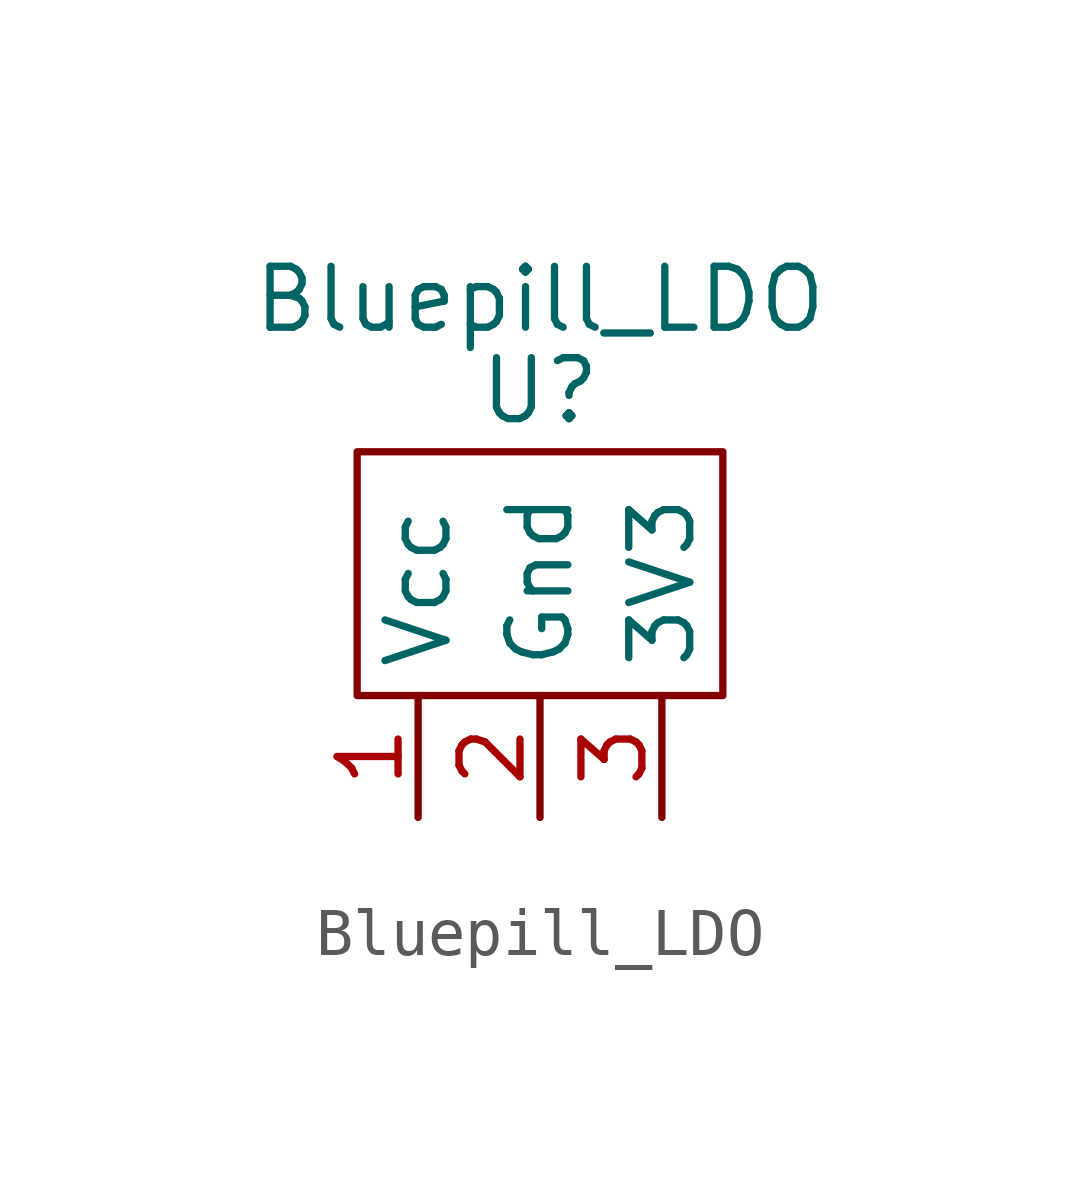
<source format=kicad_sym>
(kicad_symbol_lib
  (version 20211014)
  (generator kicad_symbol_editor)
  (symbol "Bluepill_LDO"
    (property "Reference" "U"
      (at 0 1.27 0)
      (effects (font (size 1.27 1.27))))
    (property "Value" "Bluepill_LDO"
      (at 0 3.175 0)
      (effects (font (size 1.27 1.27))))
    (symbol "Bluepill_LDO_0_1"
      (rectangle (start -3.81 0) (end 3.81 -5.08) (stroke (width 0.152) (type default) (color 0 0 0 0)) (fill (type none))))
    (symbol "Bluepill_LDO_1_1"
      (pin power_in line (at -2.54 -7.62 90) (length 2.54) (name "Vcc" (effects (font (size 1.27 1.27)))) (number "1" (effects (font (size 1.27 1.27)))))
      (pin power_in line (at 0 -7.62 90) (length 2.54) (name "Gnd" (effects (font (size 1.27 1.27)))) (number "2" (effects (font (size 1.27 1.27)))))
      (pin power_out line (at 2.54 -7.62 90) (length 2.54) (name "3V3" (effects (font (size 1.27 1.27)))) (number "3" (effects (font (size 1.27 1.27))))))))
</source>
